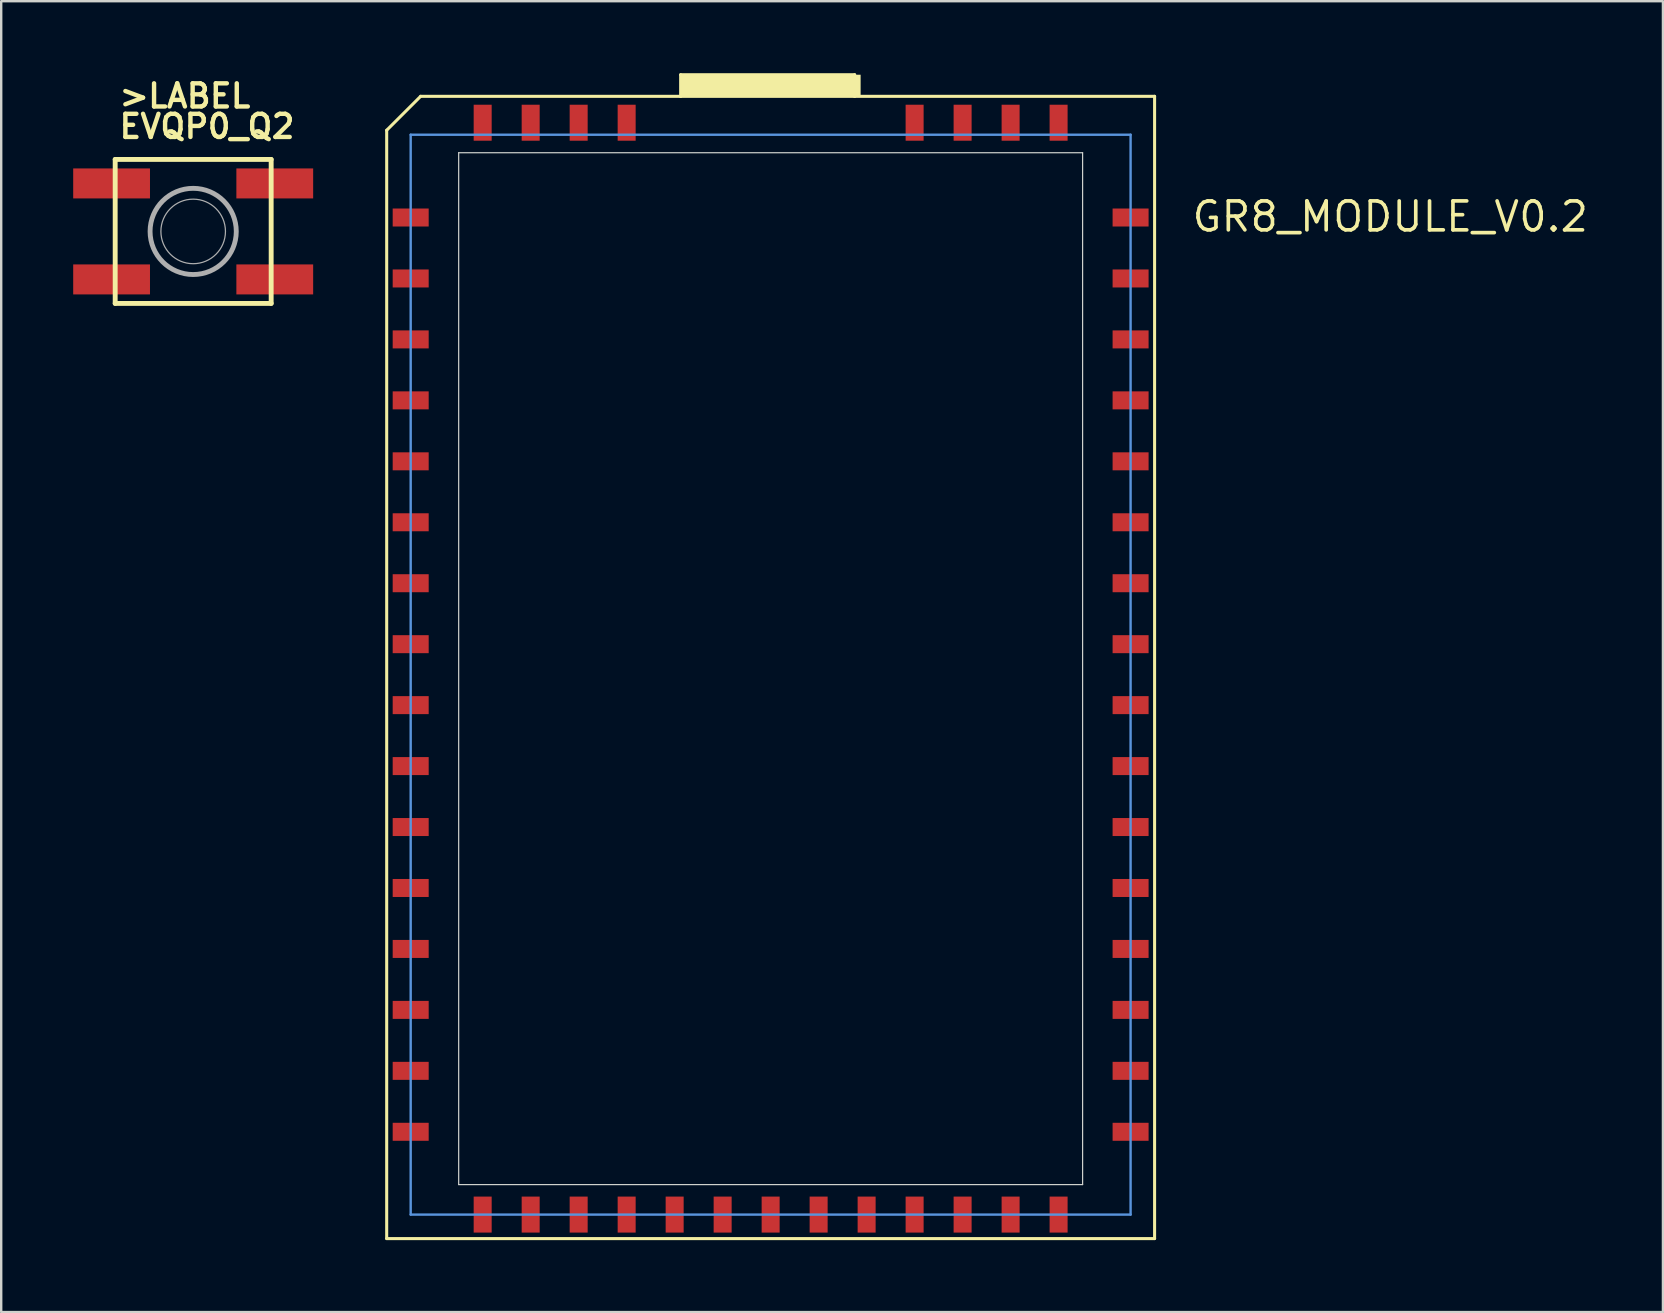
<source format=kicad_pcb>
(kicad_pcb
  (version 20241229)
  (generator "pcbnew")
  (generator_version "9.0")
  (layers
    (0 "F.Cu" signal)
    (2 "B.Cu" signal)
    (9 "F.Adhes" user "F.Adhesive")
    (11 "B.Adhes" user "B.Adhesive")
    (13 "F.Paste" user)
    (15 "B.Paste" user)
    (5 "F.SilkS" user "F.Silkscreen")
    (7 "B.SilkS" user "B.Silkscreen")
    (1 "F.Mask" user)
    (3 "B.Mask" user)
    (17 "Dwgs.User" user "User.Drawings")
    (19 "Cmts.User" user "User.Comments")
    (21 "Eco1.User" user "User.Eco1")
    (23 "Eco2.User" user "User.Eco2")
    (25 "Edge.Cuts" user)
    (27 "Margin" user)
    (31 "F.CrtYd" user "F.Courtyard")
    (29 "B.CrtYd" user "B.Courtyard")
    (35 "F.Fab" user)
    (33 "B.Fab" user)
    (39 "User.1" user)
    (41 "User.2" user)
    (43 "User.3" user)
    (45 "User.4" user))
  (footprint "EVQP0_Q2"
    (layer "F.Cu")
    (at 5 6.594)
    (property "Reference" "EVQP0_Q2" (at -3.175 -3.81 0) (layer "F.SilkS") (effects (font (size 0.965 0.965) (thickness 0.183)) (justify left bottom)))
    (attr through_hole)
    (fp_line (start -3.25 -3) (end 3.25 -3) (stroke (width 0.203) (type solid)) (layer "F.SilkS"))
    (fp_line (start -3.25 3) (end -3.25 -3) (stroke (width 0.203) (type solid)) (layer "F.SilkS"))
    (fp_line (start 3.25 -3) (end 3.25 3) (stroke (width 0.203) (type solid)) (layer "F.SilkS"))
    (fp_line (start 3.25 3) (end -3.25 3) (stroke (width 0.203) (type solid)) (layer "F.SilkS"))
    (fp_circle (center 0 0) (end 1.345 0) (stroke (width 0.051) (type solid)) (fill no) (layer "F.Fab"))
    (fp_circle (center 0 0) (end 1.796 0) (stroke (width 0.203) (type solid)) (fill no) (layer "F.Fab"))
    (fp_text user ">LABEL" (at -3.175 -5.08 0) (layer "F.SilkS") (effects (font (size 0.965 0.965) (thickness 0.183)) (justify left bottom)))
    (pad "1" smd rect (at -3.4 -2 180) (size 3.2 1.25) (layers "F.Cu" "F.Mask" "F.Paste"))
    (pad "2" smd rect (at 3.4 -2) (size 3.2 1.25) (layers "F.Cu" "F.Mask" "F.Paste"))
    (pad "3" smd rect (at -3.4 2) (size 3.2 1.25) (layers "F.Cu" "F.Mask" "F.Paste"))
    (pad "4" smd rect (at 3.4 2 180) (size 3.2 1.25) (layers "F.Cu" "F.Mask" "F.Paste")))
  (footprint "GR8_MODULE_V0.2"
    (layer "F.Cu")
    (at 29.064 25.064)
    (property "Reference" "GR8_MODULE_V0.2" (at 17.48 -18.38 0) (layer "F.SilkS") (effects (font (size 1.206 1.206) (thickness 0.152)) (justify left bottom)))
    (attr through_hole)
    (fp_line (start -16 -22.686) (end -16 23.5) (stroke (width 0.127) (type solid)) (layer "F.SilkS"))
    (fp_line (start -16 23.5) (end 16 23.5) (stroke (width 0.127) (type solid)) (layer "F.SilkS"))
    (fp_line (start -14.586 -24.1) (end -16 -22.686) (stroke (width 0.127) (type solid)) (layer "F.SilkS"))
    (fp_line (start -3.75 -25) (end 3.5 -25) (stroke (width 0.127) (type solid)) (layer "F.SilkS"))
    (fp_line (start -3.75 -24.1) (end -14.586 -24.1) (stroke (width 0.127) (type solid)) (layer "F.SilkS"))
    (fp_line (start -3.75 -24.1) (end -3.75 -25) (stroke (width 0.127) (type solid)) (layer "F.SilkS"))
    (fp_line (start 3.5 -24.1) (end -3.75 -24.1) (stroke (width 0.127) (type solid)) (layer "F.SilkS"))
    (fp_line (start 3.5 -24.1) (end 3.5 -25) (stroke (width 0.127) (type solid)) (layer "F.SilkS"))
    (fp_line (start 16 -24.1) (end 3.5 -24.1) (stroke (width 0.127) (type solid)) (layer "F.SilkS"))
    (fp_line (start 16 23.5) (end 16 -24.1) (stroke (width 0.127) (type solid)) (layer "F.SilkS"))
    (fp_poly (pts (xy -3.75 -25) (xy 3.75 -25) (xy 3.75 -24.1) (xy -3.75 -24.1)) (stroke (width 0) (type solid)) (fill yes) (layer "F.SilkS"))
    (fp_line (start -15 -22.5) (end -15 22.5) (stroke (width 0.1) (type solid)) (layer "Cmts.User"))
    (fp_line (start -15 -22.5) (end 15 -22.5) (stroke (width 0.1) (type solid)) (layer "Cmts.User"))
    (fp_line (start -15 22.5) (end 15 22.5) (stroke (width 0.1) (type solid)) (layer "Cmts.User"))
    (fp_line (start 15 -22.5) (end 15 22.5) (stroke (width 0.1) (type solid)) (layer "Cmts.User"))
    (fp_line (start -13 21.25) (end -13 -21.75) (stroke (width 0.05) (type solid)) (layer "Edge.Cuts"))
    (fp_line (start 13 -21.75) (end -13 -21.75) (stroke (width 0.05) (type solid)) (layer "Edge.Cuts"))
    (fp_line (start 13 21.25) (end -13 21.25) (stroke (width 0.05) (type solid)) (layer "Edge.Cuts"))
    (fp_line (start 13 21.25) (end 13 -21.75) (stroke (width 0.05) (type solid)) (layer "Edge.Cuts"))
    (pad "AGND" smd rect (at 6 22.5 90) (size 1.5 0.75) (layers "F.Cu" "F.Mask" "F.Paste"))
    (pad "BAT" smd rect (at -15 -1.27 180) (size 1.5 0.75) (layers "F.Cu" "F.Mask" "F.Paste"))
    (pad "CHG-IN" smd rect (at -15 -11.43 180) (size 1.5 0.75) (layers "F.Cu" "F.Mask" "F.Paste"))
    (pad "CSID0" smd rect (at 15 1.27 180) (size 1.5 0.75) (layers "F.Cu" "F.Mask" "F.Paste"))
    (pad "CSID1" smd rect (at 15 3.81 180) (size 1.5 0.75) (layers "F.Cu" "F.Mask" "F.Paste"))
    (pad "CSID2" smd rect (at 15 6.35 180) (size 1.5 0.75) (layers "F.Cu" "F.Mask" "F.Paste"))
    (pad "CSID3" smd rect (at 15 8.89 180) (size 1.5 0.75) (layers "F.Cu" "F.Mask" "F.Paste"))
    (pad "CSID4" smd rect (at 15 11.43 180) (size 1.5 0.75) (layers "F.Cu" "F.Mask" "F.Paste"))
    (pad "CSID5" smd rect (at 15 13.97 180) (size 1.5 0.75) (layers "F.Cu" "F.Mask" "F.Paste"))
    (pad "CSID6" smd rect (at 15 16.51 180) (size 1.5 0.75) (layers "F.Cu" "F.Mask" "F.Paste"))
    (pad "CSID7" smd rect (at 15 19.05 180) (size 1.5 0.75) (layers "F.Cu" "F.Mask" "F.Paste"))
    (pad "CSIHSYNC" smd rect (at 15 -3.81 180) (size 1.5 0.75) (layers "F.Cu" "F.Mask" "F.Paste"))
    (pad "CSIMCLK" smd rect (at 15 -6.35 180) (size 1.5 0.75) (layers "F.Cu" "F.Mask" "F.Paste"))
    (pad "CSIPCK" smd rect (at 15 -8.89 180) (size 1.5 0.75) (layers "F.Cu" "F.Mask" "F.Paste"))
    (pad "CSIVSYNC" smd rect (at 15 -1.27 180) (size 1.5 0.75) (layers "F.Cu" "F.Mask" "F.Paste"))
    (pad "GND@0" smd rect (at 15 -19.05 180) (size 1.5 0.75) (layers "F.Cu" "F.Mask" "F.Paste"))
    (pad "GND@1" smd rect (at -12 22.5 90) (size 1.5 0.75) (layers "F.Cu" "F.Mask" "F.Paste"))
    (pad "GND@2" smd rect (at -15 -6.35 180) (size 1.5 0.75) (layers "F.Cu" "F.Mask" "F.Paste"))
    (pad "GND@3" smd rect (at -15 -19.05 180) (size 1.5 0.75) (layers "F.Cu" "F.Mask" "F.Paste"))
    (pad "GND@4" smd rect (at -12 -23 90) (size 1.5 0.75) (layers "F.Cu" "F.Mask" "F.Paste"))
    (pad "GND@6" smd rect (at 6 -23 90) (size 1.5 0.75) (layers "F.Cu" "F.Mask" "F.Paste"))
    (pad "GND@7" smd rect (at 12 -23 90) (size 1.5 0.75) (layers "F.Cu" "F.Mask" "F.Paste"))
    (pad "HPCOM" smd rect (at -8 22.5 90) (size 1.5 0.75) (layers "F.Cu" "F.Mask" "F.Paste"))
    (pad "HPL" smd rect (at -10 22.5 90) (size 1.5 0.75) (layers "F.Cu" "F.Mask" "F.Paste"))
    (pad "HPR" smd rect (at -6 22.5 90) (size 1.5 0.75) (layers "F.Cu" "F.Mask" "F.Paste"))
    (pad "I2S+SPDIF" smd rect (at 4 22.5 90) (size 1.5 0.75) (layers "F.Cu" "F.Mask" "F.Paste"))
    (pad "I2S-BCLK" smd rect (at -2 22.5 90) (size 1.5 0.75) (layers "F.Cu" "F.Mask" "F.Paste"))
    (pad "I2S-DO" smd rect (at 2 22.5 90) (size 1.5 0.75) (layers "F.Cu" "F.Mask" "F.Paste"))
    (pad "I2S-LRCK" smd rect (at 0 22.5 90) (size 1.5 0.75) (layers "F.Cu" "F.Mask" "F.Paste"))
    (pad "I2S-MCLK" smd rect (at -4 22.5 90) (size 1.5 0.75) (layers "F.Cu" "F.Mask" "F.Paste"))
    (pad "IPSOUT" smd rect (at -15 -13.97 180) (size 1.5 0.75) (layers "F.Cu" "F.Mask" "F.Paste"))
    (pad "LRADC" smd rect (at 15 -11.43 180) (size 1.5 0.75) (layers "F.Cu" "F.Mask" "F.Paste"))
    (pad "MICIN1" smd rect (at 8 22.5 90) (size 1.5 0.75) (layers "F.Cu" "F.Mask" "F.Paste"))
    (pad "MICIN2" smd rect (at 10 22.5 90) (size 1.5 0.75) (layers "F.Cu" "F.Mask" "F.Paste"))
    (pad "PWM0" smd rect (at -15 1.27 180) (size 1.5 0.75) (layers "F.Cu" "F.Mask" "F.Paste"))
    (pad "PWM1" smd rect (at -15 3.81 180) (size 1.5 0.75) (layers "F.Cu" "F.Mask" "F.Paste"))
    (pad "PWRON" smd rect (at -15 -8.89 180) (size 1.5 0.75) (layers "F.Cu" "F.Mask" "F.Paste"))
    (pad "TS" smd rect (at -15 -3.81 180) (size 1.5 0.75) (layers "F.Cu" "F.Mask" "F.Paste"))
    (pad "TWI1-SCK" smd rect (at -15 8.89 180) (size 1.5 0.75) (layers "F.Cu" "F.Mask" "F.Paste"))
    (pad "TWI1-SDA" smd rect (at -15 6.35 180) (size 1.5 0.75) (layers "F.Cu" "F.Mask" "F.Paste"))
    (pad "UART1-RX" smd rect (at 15 -13.97 180) (size 1.5 0.75) (layers "F.Cu" "F.Mask" "F.Paste"))
    (pad "UART1-TX" smd rect (at 15 -16.51 180) (size 1.5 0.75) (layers "F.Cu" "F.Mask" "F.Paste"))
    (pad "UART2-CTS" smd rect (at -15 16.51 180) (size 1.5 0.75) (layers "F.Cu" "F.Mask" "F.Paste"))
    (pad "UART2-RTS" smd rect (at -15 19.05 180) (size 1.5 0.75) (layers "F.Cu" "F.Mask" "F.Paste"))
    (pad "UART2-RX" smd rect (at -15 13.97 180) (size 1.5 0.75) (layers "F.Cu" "F.Mask" "F.Paste"))
    (pad "UART2-TX" smd rect (at -15 11.43 180) (size 1.5 0.75) (layers "F.Cu" "F.Mask" "F.Paste"))
    (pad "USB0_N" smd rect (at -10 -23 90) (size 1.5 0.75) (layers "F.Cu" "F.Mask" "F.Paste"))
    (pad "USB0_P" smd rect (at -8 -23 90) (size 1.5 0.75) (layers "F.Cu" "F.Mask" "F.Paste"))
    (pad "USB1_N" smd rect (at 8 -23 90) (size 1.5 0.75) (layers "F.Cu" "F.Mask" "F.Paste"))
    (pad "USB1_P" smd rect (at 10 -23 90) (size 1.5 0.75) (layers "F.Cu" "F.Mask" "F.Paste"))
    (pad "VBUS" smd rect (at -6 -23 90) (size 1.5 0.75) (layers "F.Cu" "F.Mask" "F.Paste"))
    (pad "VCC3V3" smd rect (at -15 -16.51 180) (size 1.5 0.75) (layers "F.Cu" "F.Mask" "F.Paste"))
    (pad "VMIC" smd rect (at 12 22.5 90) (size 1.5 0.75) (layers "F.Cu" "F.Mask" "F.Paste")))
  (gr_rect
    (start -3 -3)
    (end 66.248 51.627)
    (stroke (width 0.1) (type default))
    (fill no)
    (layer "Edge.Cuts")))
</source>
